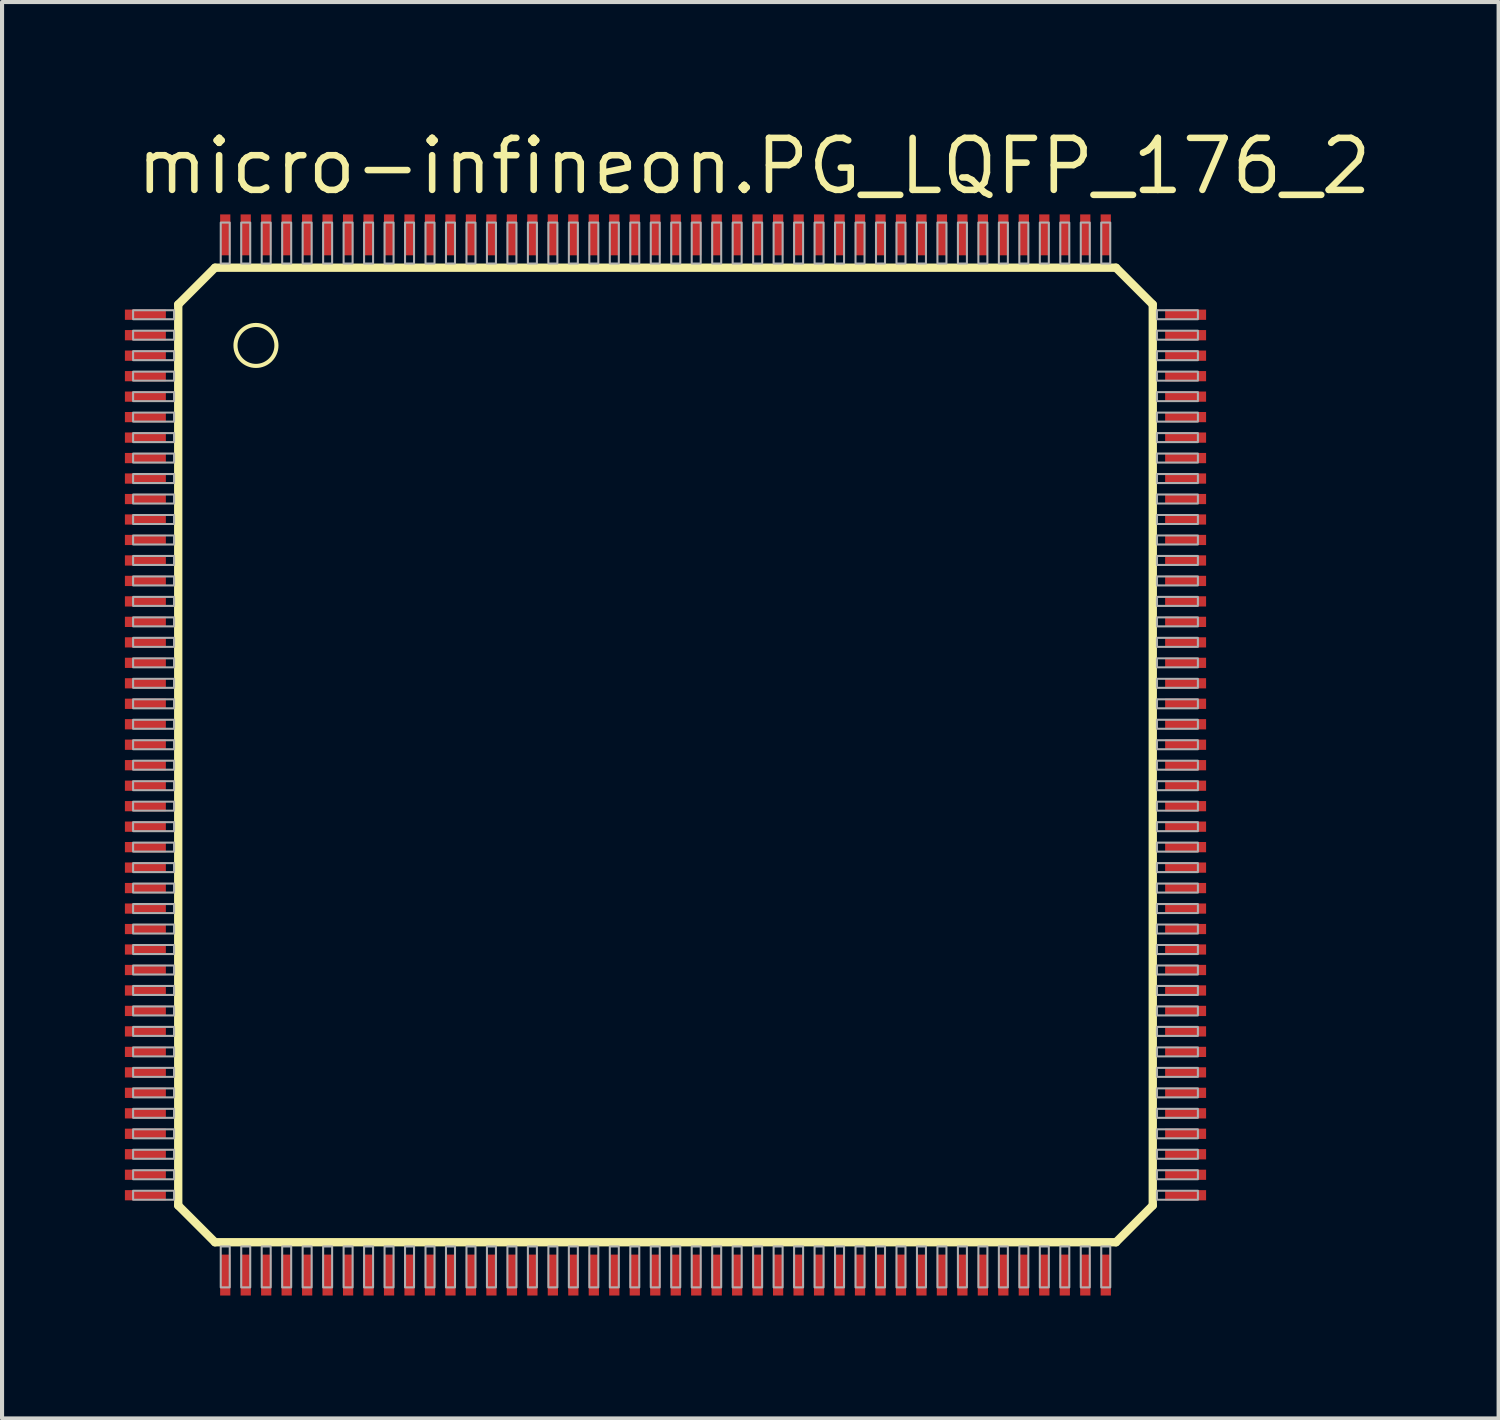
<source format=kicad_pcb>
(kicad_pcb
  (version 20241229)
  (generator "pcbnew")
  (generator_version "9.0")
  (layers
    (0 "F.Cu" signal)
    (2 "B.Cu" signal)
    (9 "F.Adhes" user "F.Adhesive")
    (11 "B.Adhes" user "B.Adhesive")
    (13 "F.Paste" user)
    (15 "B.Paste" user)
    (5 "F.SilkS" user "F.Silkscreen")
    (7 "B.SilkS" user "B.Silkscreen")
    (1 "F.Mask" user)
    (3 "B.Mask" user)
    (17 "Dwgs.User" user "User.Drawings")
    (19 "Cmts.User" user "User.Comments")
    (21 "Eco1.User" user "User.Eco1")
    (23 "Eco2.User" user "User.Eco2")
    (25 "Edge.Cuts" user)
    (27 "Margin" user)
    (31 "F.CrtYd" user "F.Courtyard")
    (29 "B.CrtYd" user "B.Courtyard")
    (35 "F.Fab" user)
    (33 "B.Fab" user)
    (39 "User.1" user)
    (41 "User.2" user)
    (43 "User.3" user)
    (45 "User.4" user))
  (footprint "micro-infineon.PG_LQFP_176_2"
    (layer "F.Cu")
    (at 13.2 15.385)
    (property "Reference" "micro-infineon.PG_LQFP_176_2" (at -13 -13.635 0) (layer "F.SilkS") (effects (font (size 1.27 1.27) (thickness 0.16)) (justify left bottom)))
    (attr smd)
    (fp_line (start -11.898 -11) (end -11.898 11) (stroke (width 0.203) (type default)) (layer "F.SilkS"))
    (fp_line (start -11.898 -11) (end -11 -11.898) (stroke (width 0.203) (type default)) (layer "F.SilkS"))
    (fp_line (start -11 11.898) (end -11.898 11) (stroke (width 0.203) (type default)) (layer "F.SilkS"))
    (fp_line (start -11 11.898) (end 11 11.898) (stroke (width 0.203) (type default)) (layer "F.SilkS"))
    (fp_line (start 11 -11.898) (end -11 -11.898) (stroke (width 0.203) (type default)) (layer "F.SilkS"))
    (fp_line (start 11 -11.898) (end 11.898 -11) (stroke (width 0.203) (type default)) (layer "F.SilkS"))
    (fp_line (start 11.898 11) (end 11 11.898) (stroke (width 0.203) (type default)) (layer "F.SilkS"))
    (fp_line (start 11.898 11) (end 11.898 -11) (stroke (width 0.203) (type default)) (layer "F.SilkS"))
    (fp_circle (center -10 -10) (end -9.5 -10) (stroke (width 0.1) (type default)) (fill no) (layer "F.SilkS"))
    (fp_rect (start -13 -10.64) (end -12 -10.86) (stroke (width 0.05) (type default)) (fill no) (layer "F.Fab"))
    (fp_rect (start -13 -10.14) (end -12 -10.36) (stroke (width 0.05) (type default)) (fill no) (layer "F.Fab"))
    (fp_rect (start -13 -9.64) (end -12 -9.86) (stroke (width 0.05) (type default)) (fill no) (layer "F.Fab"))
    (fp_rect (start -13 -9.14) (end -12 -9.36) (stroke (width 0.05) (type default)) (fill no) (layer "F.Fab"))
    (fp_rect (start -13 -8.64) (end -12 -8.86) (stroke (width 0.05) (type default)) (fill no) (layer "F.Fab"))
    (fp_rect (start -13 -8.14) (end -12 -8.36) (stroke (width 0.05) (type default)) (fill no) (layer "F.Fab"))
    (fp_rect (start -13 -7.64) (end -12 -7.86) (stroke (width 0.05) (type default)) (fill no) (layer "F.Fab"))
    (fp_rect (start -13 -7.14) (end -12 -7.36) (stroke (width 0.05) (type default)) (fill no) (layer "F.Fab"))
    (fp_rect (start -13 -6.64) (end -12 -6.86) (stroke (width 0.05) (type default)) (fill no) (layer "F.Fab"))
    (fp_rect (start -13 -6.14) (end -12 -6.36) (stroke (width 0.05) (type default)) (fill no) (layer "F.Fab"))
    (fp_rect (start -13 -5.64) (end -12 -5.86) (stroke (width 0.05) (type default)) (fill no) (layer "F.Fab"))
    (fp_rect (start -13 -5.14) (end -12 -5.36) (stroke (width 0.05) (type default)) (fill no) (layer "F.Fab"))
    (fp_rect (start -13 -4.64) (end -12 -4.86) (stroke (width 0.05) (type default)) (fill no) (layer "F.Fab"))
    (fp_rect (start -13 -4.14) (end -12 -4.36) (stroke (width 0.05) (type default)) (fill no) (layer "F.Fab"))
    (fp_rect (start -13 -3.64) (end -12 -3.86) (stroke (width 0.05) (type default)) (fill no) (layer "F.Fab"))
    (fp_rect (start -13 -3.14) (end -12 -3.36) (stroke (width 0.05) (type default)) (fill no) (layer "F.Fab"))
    (fp_rect (start -13 -2.64) (end -12 -2.86) (stroke (width 0.05) (type default)) (fill no) (layer "F.Fab"))
    (fp_rect (start -13 -2.14) (end -12 -2.36) (stroke (width 0.05) (type default)) (fill no) (layer "F.Fab"))
    (fp_rect (start -13 -1.64) (end -12 -1.86) (stroke (width 0.05) (type default)) (fill no) (layer "F.Fab"))
    (fp_rect (start -13 -1.14) (end -12 -1.36) (stroke (width 0.05) (type default)) (fill no) (layer "F.Fab"))
    (fp_rect (start -13 -0.64) (end -12 -0.86) (stroke (width 0.05) (type default)) (fill no) (layer "F.Fab"))
    (fp_rect (start -13 -0.14) (end -12 -0.36) (stroke (width 0.05) (type default)) (fill no) (layer "F.Fab"))
    (fp_rect (start -13 0.36) (end -12 0.14) (stroke (width 0.05) (type default)) (fill no) (layer "F.Fab"))
    (fp_rect (start -13 0.86) (end -12 0.64) (stroke (width 0.05) (type default)) (fill no) (layer "F.Fab"))
    (fp_rect (start -13 1.36) (end -12 1.14) (stroke (width 0.05) (type default)) (fill no) (layer "F.Fab"))
    (fp_rect (start -13 1.86) (end -12 1.64) (stroke (width 0.05) (type default)) (fill no) (layer "F.Fab"))
    (fp_rect (start -13 2.36) (end -12 2.14) (stroke (width 0.05) (type default)) (fill no) (layer "F.Fab"))
    (fp_rect (start -13 2.86) (end -12 2.64) (stroke (width 0.05) (type default)) (fill no) (layer "F.Fab"))
    (fp_rect (start -13 3.36) (end -12 3.14) (stroke (width 0.05) (type default)) (fill no) (layer "F.Fab"))
    (fp_rect (start -13 3.86) (end -12 3.64) (stroke (width 0.05) (type default)) (fill no) (layer "F.Fab"))
    (fp_rect (start -13 4.36) (end -12 4.14) (stroke (width 0.05) (type default)) (fill no) (layer "F.Fab"))
    (fp_rect (start -13 4.86) (end -12 4.64) (stroke (width 0.05) (type default)) (fill no) (layer "F.Fab"))
    (fp_rect (start -13 5.36) (end -12 5.14) (stroke (width 0.05) (type default)) (fill no) (layer "F.Fab"))
    (fp_rect (start -13 5.86) (end -12 5.64) (stroke (width 0.05) (type default)) (fill no) (layer "F.Fab"))
    (fp_rect (start -13 6.36) (end -12 6.14) (stroke (width 0.05) (type default)) (fill no) (layer "F.Fab"))
    (fp_rect (start -13 6.86) (end -12 6.64) (stroke (width 0.05) (type default)) (fill no) (layer "F.Fab"))
    (fp_rect (start -13 7.36) (end -12 7.14) (stroke (width 0.05) (type default)) (fill no) (layer "F.Fab"))
    (fp_rect (start -13 7.86) (end -12 7.64) (stroke (width 0.05) (type default)) (fill no) (layer "F.Fab"))
    (fp_rect (start -13 8.36) (end -12 8.14) (stroke (width 0.05) (type default)) (fill no) (layer "F.Fab"))
    (fp_rect (start -13 8.86) (end -12 8.64) (stroke (width 0.05) (type default)) (fill no) (layer "F.Fab"))
    (fp_rect (start -13 9.36) (end -12 9.14) (stroke (width 0.05) (type default)) (fill no) (layer "F.Fab"))
    (fp_rect (start -13 9.86) (end -12 9.64) (stroke (width 0.05) (type default)) (fill no) (layer "F.Fab"))
    (fp_rect (start -13 10.36) (end -12 10.14) (stroke (width 0.05) (type default)) (fill no) (layer "F.Fab"))
    (fp_rect (start -13 10.86) (end -12 10.64) (stroke (width 0.05) (type default)) (fill no) (layer "F.Fab"))
    (fp_rect (start -10.86 -12) (end -10.64 -13) (stroke (width 0.05) (type default)) (fill no) (layer "F.Fab"))
    (fp_rect (start -10.86 13) (end -10.64 12) (stroke (width 0.05) (type default)) (fill no) (layer "F.Fab"))
    (fp_rect (start -10.36 -12) (end -10.14 -13) (stroke (width 0.05) (type default)) (fill no) (layer "F.Fab"))
    (fp_rect (start -10.36 13) (end -10.14 12) (stroke (width 0.05) (type default)) (fill no) (layer "F.Fab"))
    (fp_rect (start -9.86 -12) (end -9.64 -13) (stroke (width 0.05) (type default)) (fill no) (layer "F.Fab"))
    (fp_rect (start -9.86 13) (end -9.64 12) (stroke (width 0.05) (type default)) (fill no) (layer "F.Fab"))
    (fp_rect (start -9.36 -12) (end -9.14 -13) (stroke (width 0.05) (type default)) (fill no) (layer "F.Fab"))
    (fp_rect (start -9.36 13) (end -9.14 12) (stroke (width 0.05) (type default)) (fill no) (layer "F.Fab"))
    (fp_rect (start -8.86 -12) (end -8.64 -13) (stroke (width 0.05) (type default)) (fill no) (layer "F.Fab"))
    (fp_rect (start -8.86 13) (end -8.64 12) (stroke (width 0.05) (type default)) (fill no) (layer "F.Fab"))
    (fp_rect (start -8.36 -12) (end -8.14 -13) (stroke (width 0.05) (type default)) (fill no) (layer "F.Fab"))
    (fp_rect (start -8.36 13) (end -8.14 12) (stroke (width 0.05) (type default)) (fill no) (layer "F.Fab"))
    (fp_rect (start -7.86 -12) (end -7.64 -13) (stroke (width 0.05) (type default)) (fill no) (layer "F.Fab"))
    (fp_rect (start -7.86 13) (end -7.64 12) (stroke (width 0.05) (type default)) (fill no) (layer "F.Fab"))
    (fp_rect (start -7.36 -12) (end -7.14 -13) (stroke (width 0.05) (type default)) (fill no) (layer "F.Fab"))
    (fp_rect (start -7.36 13) (end -7.14 12) (stroke (width 0.05) (type default)) (fill no) (layer "F.Fab"))
    (fp_rect (start -6.86 -12) (end -6.64 -13) (stroke (width 0.05) (type default)) (fill no) (layer "F.Fab"))
    (fp_rect (start -6.86 13) (end -6.64 12) (stroke (width 0.05) (type default)) (fill no) (layer "F.Fab"))
    (fp_rect (start -6.36 -12) (end -6.14 -13) (stroke (width 0.05) (type default)) (fill no) (layer "F.Fab"))
    (fp_rect (start -6.36 13) (end -6.14 12) (stroke (width 0.05) (type default)) (fill no) (layer "F.Fab"))
    (fp_rect (start -5.86 -12) (end -5.64 -13) (stroke (width 0.05) (type default)) (fill no) (layer "F.Fab"))
    (fp_rect (start -5.86 13) (end -5.64 12) (stroke (width 0.05) (type default)) (fill no) (layer "F.Fab"))
    (fp_rect (start -5.36 -12) (end -5.14 -13) (stroke (width 0.05) (type default)) (fill no) (layer "F.Fab"))
    (fp_rect (start -5.36 13) (end -5.14 12) (stroke (width 0.05) (type default)) (fill no) (layer "F.Fab"))
    (fp_rect (start -4.86 -12) (end -4.64 -13) (stroke (width 0.05) (type default)) (fill no) (layer "F.Fab"))
    (fp_rect (start -4.86 13) (end -4.64 12) (stroke (width 0.05) (type default)) (fill no) (layer "F.Fab"))
    (fp_rect (start -4.36 -12) (end -4.14 -13) (stroke (width 0.05) (type default)) (fill no) (layer "F.Fab"))
    (fp_rect (start -4.36 13) (end -4.14 12) (stroke (width 0.05) (type default)) (fill no) (layer "F.Fab"))
    (fp_rect (start -3.86 -12) (end -3.64 -13) (stroke (width 0.05) (type default)) (fill no) (layer "F.Fab"))
    (fp_rect (start -3.86 13) (end -3.64 12) (stroke (width 0.05) (type default)) (fill no) (layer "F.Fab"))
    (fp_rect (start -3.36 -12) (end -3.14 -13) (stroke (width 0.05) (type default)) (fill no) (layer "F.Fab"))
    (fp_rect (start -3.36 13) (end -3.14 12) (stroke (width 0.05) (type default)) (fill no) (layer "F.Fab"))
    (fp_rect (start -2.86 -12) (end -2.64 -13) (stroke (width 0.05) (type default)) (fill no) (layer "F.Fab"))
    (fp_rect (start -2.86 13) (end -2.64 12) (stroke (width 0.05) (type default)) (fill no) (layer "F.Fab"))
    (fp_rect (start -2.36 -12) (end -2.14 -13) (stroke (width 0.05) (type default)) (fill no) (layer "F.Fab"))
    (fp_rect (start -2.36 13) (end -2.14 12) (stroke (width 0.05) (type default)) (fill no) (layer "F.Fab"))
    (fp_rect (start -1.86 -12) (end -1.64 -13) (stroke (width 0.05) (type default)) (fill no) (layer "F.Fab"))
    (fp_rect (start -1.86 13) (end -1.64 12) (stroke (width 0.05) (type default)) (fill no) (layer "F.Fab"))
    (fp_rect (start -1.36 -12) (end -1.14 -13) (stroke (width 0.05) (type default)) (fill no) (layer "F.Fab"))
    (fp_rect (start -1.36 13) (end -1.14 12) (stroke (width 0.05) (type default)) (fill no) (layer "F.Fab"))
    (fp_rect (start -0.86 -12) (end -0.64 -13) (stroke (width 0.05) (type default)) (fill no) (layer "F.Fab"))
    (fp_rect (start -0.86 13) (end -0.64 12) (stroke (width 0.05) (type default)) (fill no) (layer "F.Fab"))
    (fp_rect (start -0.36 -12) (end -0.14 -13) (stroke (width 0.05) (type default)) (fill no) (layer "F.Fab"))
    (fp_rect (start -0.36 13) (end -0.14 12) (stroke (width 0.05) (type default)) (fill no) (layer "F.Fab"))
    (fp_rect (start 0.14 -12) (end 0.36 -13) (stroke (width 0.05) (type default)) (fill no) (layer "F.Fab"))
    (fp_rect (start 0.14 13) (end 0.36 12) (stroke (width 0.05) (type default)) (fill no) (layer "F.Fab"))
    (fp_rect (start 0.64 -12) (end 0.86 -13) (stroke (width 0.05) (type default)) (fill no) (layer "F.Fab"))
    (fp_rect (start 0.64 13) (end 0.86 12) (stroke (width 0.05) (type default)) (fill no) (layer "F.Fab"))
    (fp_rect (start 1.14 -12) (end 1.36 -13) (stroke (width 0.05) (type default)) (fill no) (layer "F.Fab"))
    (fp_rect (start 1.14 13) (end 1.36 12) (stroke (width 0.05) (type default)) (fill no) (layer "F.Fab"))
    (fp_rect (start 1.64 -12) (end 1.86 -13) (stroke (width 0.05) (type default)) (fill no) (layer "F.Fab"))
    (fp_rect (start 1.64 13) (end 1.86 12) (stroke (width 0.05) (type default)) (fill no) (layer "F.Fab"))
    (fp_rect (start 2.14 -12) (end 2.36 -13) (stroke (width 0.05) (type default)) (fill no) (layer "F.Fab"))
    (fp_rect (start 2.14 13) (end 2.36 12) (stroke (width 0.05) (type default)) (fill no) (layer "F.Fab"))
    (fp_rect (start 2.64 -12) (end 2.86 -13) (stroke (width 0.05) (type default)) (fill no) (layer "F.Fab"))
    (fp_rect (start 2.64 13) (end 2.86 12) (stroke (width 0.05) (type default)) (fill no) (layer "F.Fab"))
    (fp_rect (start 3.14 -12) (end 3.36 -13) (stroke (width 0.05) (type default)) (fill no) (layer "F.Fab"))
    (fp_rect (start 3.14 13) (end 3.36 12) (stroke (width 0.05) (type default)) (fill no) (layer "F.Fab"))
    (fp_rect (start 3.64 -12) (end 3.86 -13) (stroke (width 0.05) (type default)) (fill no) (layer "F.Fab"))
    (fp_rect (start 3.64 13) (end 3.86 12) (stroke (width 0.05) (type default)) (fill no) (layer "F.Fab"))
    (fp_rect (start 4.14 -12) (end 4.36 -13) (stroke (width 0.05) (type default)) (fill no) (layer "F.Fab"))
    (fp_rect (start 4.14 13) (end 4.36 12) (stroke (width 0.05) (type default)) (fill no) (layer "F.Fab"))
    (fp_rect (start 4.64 -12) (end 4.86 -13) (stroke (width 0.05) (type default)) (fill no) (layer "F.Fab"))
    (fp_rect (start 4.64 13) (end 4.86 12) (stroke (width 0.05) (type default)) (fill no) (layer "F.Fab"))
    (fp_rect (start 5.14 -12) (end 5.36 -13) (stroke (width 0.05) (type default)) (fill no) (layer "F.Fab"))
    (fp_rect (start 5.14 13) (end 5.36 12) (stroke (width 0.05) (type default)) (fill no) (layer "F.Fab"))
    (fp_rect (start 5.64 -12) (end 5.86 -13) (stroke (width 0.05) (type default)) (fill no) (layer "F.Fab"))
    (fp_rect (start 5.64 13) (end 5.86 12) (stroke (width 0.05) (type default)) (fill no) (layer "F.Fab"))
    (fp_rect (start 6.14 -12) (end 6.36 -13) (stroke (width 0.05) (type default)) (fill no) (layer "F.Fab"))
    (fp_rect (start 6.14 13) (end 6.36 12) (stroke (width 0.05) (type default)) (fill no) (layer "F.Fab"))
    (fp_rect (start 6.64 -12) (end 6.86 -13) (stroke (width 0.05) (type default)) (fill no) (layer "F.Fab"))
    (fp_rect (start 6.64 13) (end 6.86 12) (stroke (width 0.05) (type default)) (fill no) (layer "F.Fab"))
    (fp_rect (start 7.14 -12) (end 7.36 -13) (stroke (width 0.05) (type default)) (fill no) (layer "F.Fab"))
    (fp_rect (start 7.14 13) (end 7.36 12) (stroke (width 0.05) (type default)) (fill no) (layer "F.Fab"))
    (fp_rect (start 7.64 -12) (end 7.86 -13) (stroke (width 0.05) (type default)) (fill no) (layer "F.Fab"))
    (fp_rect (start 7.64 13) (end 7.86 12) (stroke (width 0.05) (type default)) (fill no) (layer "F.Fab"))
    (fp_rect (start 8.14 -12) (end 8.36 -13) (stroke (width 0.05) (type default)) (fill no) (layer "F.Fab"))
    (fp_rect (start 8.14 13) (end 8.36 12) (stroke (width 0.05) (type default)) (fill no) (layer "F.Fab"))
    (fp_rect (start 8.64 -12) (end 8.86 -13) (stroke (width 0.05) (type default)) (fill no) (layer "F.Fab"))
    (fp_rect (start 8.64 13) (end 8.86 12) (stroke (width 0.05) (type default)) (fill no) (layer "F.Fab"))
    (fp_rect (start 9.14 -12) (end 9.36 -13) (stroke (width 0.05) (type default)) (fill no) (layer "F.Fab"))
    (fp_rect (start 9.14 13) (end 9.36 12) (stroke (width 0.05) (type default)) (fill no) (layer "F.Fab"))
    (fp_rect (start 9.64 -12) (end 9.86 -13) (stroke (width 0.05) (type default)) (fill no) (layer "F.Fab"))
    (fp_rect (start 9.64 13) (end 9.86 12) (stroke (width 0.05) (type default)) (fill no) (layer "F.Fab"))
    (fp_rect (start 10.14 -12) (end 10.36 -13) (stroke (width 0.05) (type default)) (fill no) (layer "F.Fab"))
    (fp_rect (start 10.14 13) (end 10.36 12) (stroke (width 0.05) (type default)) (fill no) (layer "F.Fab"))
    (fp_rect (start 10.64 -12) (end 10.86 -13) (stroke (width 0.05) (type default)) (fill no) (layer "F.Fab"))
    (fp_rect (start 10.64 13) (end 10.86 12) (stroke (width 0.05) (type default)) (fill no) (layer "F.Fab"))
    (fp_rect (start 12 -10.64) (end 13 -10.86) (stroke (width 0.05) (type default)) (fill no) (layer "F.Fab"))
    (fp_rect (start 12 -10.14) (end 13 -10.36) (stroke (width 0.05) (type default)) (fill no) (layer "F.Fab"))
    (fp_rect (start 12 -9.64) (end 13 -9.86) (stroke (width 0.05) (type default)) (fill no) (layer "F.Fab"))
    (fp_rect (start 12 -9.14) (end 13 -9.36) (stroke (width 0.05) (type default)) (fill no) (layer "F.Fab"))
    (fp_rect (start 12 -8.64) (end 13 -8.86) (stroke (width 0.05) (type default)) (fill no) (layer "F.Fab"))
    (fp_rect (start 12 -8.14) (end 13 -8.36) (stroke (width 0.05) (type default)) (fill no) (layer "F.Fab"))
    (fp_rect (start 12 -7.64) (end 13 -7.86) (stroke (width 0.05) (type default)) (fill no) (layer "F.Fab"))
    (fp_rect (start 12 -7.14) (end 13 -7.36) (stroke (width 0.05) (type default)) (fill no) (layer "F.Fab"))
    (fp_rect (start 12 -6.64) (end 13 -6.86) (stroke (width 0.05) (type default)) (fill no) (layer "F.Fab"))
    (fp_rect (start 12 -6.14) (end 13 -6.36) (stroke (width 0.05) (type default)) (fill no) (layer "F.Fab"))
    (fp_rect (start 12 -5.64) (end 13 -5.86) (stroke (width 0.05) (type default)) (fill no) (layer "F.Fab"))
    (fp_rect (start 12 -5.14) (end 13 -5.36) (stroke (width 0.05) (type default)) (fill no) (layer "F.Fab"))
    (fp_rect (start 12 -4.64) (end 13 -4.86) (stroke (width 0.05) (type default)) (fill no) (layer "F.Fab"))
    (fp_rect (start 12 -4.14) (end 13 -4.36) (stroke (width 0.05) (type default)) (fill no) (layer "F.Fab"))
    (fp_rect (start 12 -3.64) (end 13 -3.86) (stroke (width 0.05) (type default)) (fill no) (layer "F.Fab"))
    (fp_rect (start 12 -3.14) (end 13 -3.36) (stroke (width 0.05) (type default)) (fill no) (layer "F.Fab"))
    (fp_rect (start 12 -2.64) (end 13 -2.86) (stroke (width 0.05) (type default)) (fill no) (layer "F.Fab"))
    (fp_rect (start 12 -2.14) (end 13 -2.36) (stroke (width 0.05) (type default)) (fill no) (layer "F.Fab"))
    (fp_rect (start 12 -1.64) (end 13 -1.86) (stroke (width 0.05) (type default)) (fill no) (layer "F.Fab"))
    (fp_rect (start 12 -1.14) (end 13 -1.36) (stroke (width 0.05) (type default)) (fill no) (layer "F.Fab"))
    (fp_rect (start 12 -0.64) (end 13 -0.86) (stroke (width 0.05) (type default)) (fill no) (layer "F.Fab"))
    (fp_rect (start 12 -0.14) (end 13 -0.36) (stroke (width 0.05) (type default)) (fill no) (layer "F.Fab"))
    (fp_rect (start 12 0.36) (end 13 0.14) (stroke (width 0.05) (type default)) (fill no) (layer "F.Fab"))
    (fp_rect (start 12 0.86) (end 13 0.64) (stroke (width 0.05) (type default)) (fill no) (layer "F.Fab"))
    (fp_rect (start 12 1.36) (end 13 1.14) (stroke (width 0.05) (type default)) (fill no) (layer "F.Fab"))
    (fp_rect (start 12 1.86) (end 13 1.64) (stroke (width 0.05) (type default)) (fill no) (layer "F.Fab"))
    (fp_rect (start 12 2.36) (end 13 2.14) (stroke (width 0.05) (type default)) (fill no) (layer "F.Fab"))
    (fp_rect (start 12 2.86) (end 13 2.64) (stroke (width 0.05) (type default)) (fill no) (layer "F.Fab"))
    (fp_rect (start 12 3.36) (end 13 3.14) (stroke (width 0.05) (type default)) (fill no) (layer "F.Fab"))
    (fp_rect (start 12 3.86) (end 13 3.64) (stroke (width 0.05) (type default)) (fill no) (layer "F.Fab"))
    (fp_rect (start 12 4.36) (end 13 4.14) (stroke (width 0.05) (type default)) (fill no) (layer "F.Fab"))
    (fp_rect (start 12 4.86) (end 13 4.64) (stroke (width 0.05) (type default)) (fill no) (layer "F.Fab"))
    (fp_rect (start 12 5.36) (end 13 5.14) (stroke (width 0.05) (type default)) (fill no) (layer "F.Fab"))
    (fp_rect (start 12 5.86) (end 13 5.64) (stroke (width 0.05) (type default)) (fill no) (layer "F.Fab"))
    (fp_rect (start 12 6.36) (end 13 6.14) (stroke (width 0.05) (type default)) (fill no) (layer "F.Fab"))
    (fp_rect (start 12 6.86) (end 13 6.64) (stroke (width 0.05) (type default)) (fill no) (layer "F.Fab"))
    (fp_rect (start 12 7.36) (end 13 7.14) (stroke (width 0.05) (type default)) (fill no) (layer "F.Fab"))
    (fp_rect (start 12 7.86) (end 13 7.64) (stroke (width 0.05) (type default)) (fill no) (layer "F.Fab"))
    (fp_rect (start 12 8.36) (end 13 8.14) (stroke (width 0.05) (type default)) (fill no) (layer "F.Fab"))
    (fp_rect (start 12 8.86) (end 13 8.64) (stroke (width 0.05) (type default)) (fill no) (layer "F.Fab"))
    (fp_rect (start 12 9.36) (end 13 9.14) (stroke (width 0.05) (type default)) (fill no) (layer "F.Fab"))
    (fp_rect (start 12 9.86) (end 13 9.64) (stroke (width 0.05) (type default)) (fill no) (layer "F.Fab"))
    (fp_rect (start 12 10.36) (end 13 10.14) (stroke (width 0.05) (type default)) (fill no) (layer "F.Fab"))
    (fp_rect (start 12 10.86) (end 13 10.64) (stroke (width 0.05) (type default)) (fill no) (layer "F.Fab"))
    (pad "1" smd roundrect (at -12.7 -10.75) (size 1 0.25) (layers "F.Cu" "F.Mask" "F.Paste") (roundrect_rratio 0.01))
    (pad "2" smd roundrect (at -12.7 -10.25) (size 1 0.25) (layers "F.Cu" "F.Mask" "F.Paste") (roundrect_rratio 0.01))
    (pad "3" smd roundrect (at -12.7 -9.75) (size 1 0.25) (layers "F.Cu" "F.Mask" "F.Paste") (roundrect_rratio 0.01))
    (pad "4" smd roundrect (at -12.7 -9.25) (size 1 0.25) (layers "F.Cu" "F.Mask" "F.Paste") (roundrect_rratio 0.01))
    (pad "5" smd roundrect (at -12.7 -8.75) (size 1 0.25) (layers "F.Cu" "F.Mask" "F.Paste") (roundrect_rratio 0.01))
    (pad "6" smd roundrect (at -12.7 -8.25) (size 1 0.25) (layers "F.Cu" "F.Mask" "F.Paste") (roundrect_rratio 0.01))
    (pad "7" smd roundrect (at -12.7 -7.75) (size 1 0.25) (layers "F.Cu" "F.Mask" "F.Paste") (roundrect_rratio 0.01))
    (pad "8" smd roundrect (at -12.7 -7.25) (size 1 0.25) (layers "F.Cu" "F.Mask" "F.Paste") (roundrect_rratio 0.01))
    (pad "9" smd roundrect (at -12.7 -6.75) (size 1 0.25) (layers "F.Cu" "F.Mask" "F.Paste") (roundrect_rratio 0.01))
    (pad "10" smd roundrect (at -12.7 -6.25) (size 1 0.25) (layers "F.Cu" "F.Mask" "F.Paste") (roundrect_rratio 0.01))
    (pad "11" smd roundrect (at -12.7 -5.75) (size 1 0.25) (layers "F.Cu" "F.Mask" "F.Paste") (roundrect_rratio 0.01))
    (pad "12" smd roundrect (at -12.7 -5.25) (size 1 0.25) (layers "F.Cu" "F.Mask" "F.Paste") (roundrect_rratio 0.01))
    (pad "13" smd roundrect (at -12.7 -4.75) (size 1 0.25) (layers "F.Cu" "F.Mask" "F.Paste") (roundrect_rratio 0.01))
    (pad "14" smd roundrect (at -12.7 -4.25) (size 1 0.25) (layers "F.Cu" "F.Mask" "F.Paste") (roundrect_rratio 0.01))
    (pad "15" smd roundrect (at -12.7 -3.75) (size 1 0.25) (layers "F.Cu" "F.Mask" "F.Paste") (roundrect_rratio 0.01))
    (pad "16" smd roundrect (at -12.7 -3.25) (size 1 0.25) (layers "F.Cu" "F.Mask" "F.Paste") (roundrect_rratio 0.01))
    (pad "17" smd roundrect (at -12.7 -2.75) (size 1 0.25) (layers "F.Cu" "F.Mask" "F.Paste") (roundrect_rratio 0.01))
    (pad "18" smd roundrect (at -12.7 -2.25) (size 1 0.25) (layers "F.Cu" "F.Mask" "F.Paste") (roundrect_rratio 0.01))
    (pad "19" smd roundrect (at -12.7 -1.75) (size 1 0.25) (layers "F.Cu" "F.Mask" "F.Paste") (roundrect_rratio 0.01))
    (pad "20" smd roundrect (at -12.7 -1.25) (size 1 0.25) (layers "F.Cu" "F.Mask" "F.Paste") (roundrect_rratio 0.01))
    (pad "21" smd roundrect (at -12.7 -0.75) (size 1 0.25) (layers "F.Cu" "F.Mask" "F.Paste") (roundrect_rratio 0.01))
    (pad "22" smd roundrect (at -12.7 -0.25) (size 1 0.25) (layers "F.Cu" "F.Mask" "F.Paste") (roundrect_rratio 0.01))
    (pad "23" smd roundrect (at -12.7 0.25) (size 1 0.25) (layers "F.Cu" "F.Mask" "F.Paste") (roundrect_rratio 0.01))
    (pad "24" smd roundrect (at -12.7 0.75) (size 1 0.25) (layers "F.Cu" "F.Mask" "F.Paste") (roundrect_rratio 0.01))
    (pad "25" smd roundrect (at -12.7 1.25) (size 1 0.25) (layers "F.Cu" "F.Mask" "F.Paste") (roundrect_rratio 0.01))
    (pad "26" smd roundrect (at -12.7 1.75) (size 1 0.25) (layers "F.Cu" "F.Mask" "F.Paste") (roundrect_rratio 0.01))
    (pad "27" smd roundrect (at -12.7 2.25) (size 1 0.25) (layers "F.Cu" "F.Mask" "F.Paste") (roundrect_rratio 0.01))
    (pad "28" smd roundrect (at -12.7 2.75) (size 1 0.25) (layers "F.Cu" "F.Mask" "F.Paste") (roundrect_rratio 0.01))
    (pad "29" smd roundrect (at -12.7 3.25) (size 1 0.25) (layers "F.Cu" "F.Mask" "F.Paste") (roundrect_rratio 0.01))
    (pad "30" smd roundrect (at -12.7 3.75) (size 1 0.25) (layers "F.Cu" "F.Mask" "F.Paste") (roundrect_rratio 0.01))
    (pad "31" smd roundrect (at -12.7 4.25) (size 1 0.25) (layers "F.Cu" "F.Mask" "F.Paste") (roundrect_rratio 0.01))
    (pad "32" smd roundrect (at -12.7 4.75) (size 1 0.25) (layers "F.Cu" "F.Mask" "F.Paste") (roundrect_rratio 0.01))
    (pad "33" smd roundrect (at -12.7 5.25) (size 1 0.25) (layers "F.Cu" "F.Mask" "F.Paste") (roundrect_rratio 0.01))
    (pad "34" smd roundrect (at -12.7 5.75) (size 1 0.25) (layers "F.Cu" "F.Mask" "F.Paste") (roundrect_rratio 0.01))
    (pad "35" smd roundrect (at -12.7 6.25) (size 1 0.25) (layers "F.Cu" "F.Mask" "F.Paste") (roundrect_rratio 0.01))
    (pad "36" smd roundrect (at -12.7 6.75) (size 1 0.25) (layers "F.Cu" "F.Mask" "F.Paste") (roundrect_rratio 0.01))
    (pad "37" smd roundrect (at -12.7 7.25) (size 1 0.25) (layers "F.Cu" "F.Mask" "F.Paste") (roundrect_rratio 0.01))
    (pad "38" smd roundrect (at -12.7 7.75) (size 1 0.25) (layers "F.Cu" "F.Mask" "F.Paste") (roundrect_rratio 0.01))
    (pad "39" smd roundrect (at -12.7 8.25) (size 1 0.25) (layers "F.Cu" "F.Mask" "F.Paste") (roundrect_rratio 0.01))
    (pad "40" smd roundrect (at -12.7 8.75) (size 1 0.25) (layers "F.Cu" "F.Mask" "F.Paste") (roundrect_rratio 0.01))
    (pad "41" smd roundrect (at -12.7 9.25) (size 1 0.25) (layers "F.Cu" "F.Mask" "F.Paste") (roundrect_rratio 0.01))
    (pad "42" smd roundrect (at -12.7 9.75) (size 1 0.25) (layers "F.Cu" "F.Mask" "F.Paste") (roundrect_rratio 0.01))
    (pad "43" smd roundrect (at -12.7 10.25) (size 1 0.25) (layers "F.Cu" "F.Mask" "F.Paste") (roundrect_rratio 0.01))
    (pad "44" smd roundrect (at -12.7 10.75) (size 1 0.25) (layers "F.Cu" "F.Mask" "F.Paste") (roundrect_rratio 0.01))
    (pad "45" smd roundrect (at -10.75 12.7) (size 0.25 1) (layers "F.Cu" "F.Mask" "F.Paste") (roundrect_rratio 0.01))
    (pad "46" smd roundrect (at -10.25 12.7) (size 0.25 1) (layers "F.Cu" "F.Mask" "F.Paste") (roundrect_rratio 0.01))
    (pad "47" smd roundrect (at -9.75 12.7) (size 0.25 1) (layers "F.Cu" "F.Mask" "F.Paste") (roundrect_rratio 0.01))
    (pad "48" smd roundrect (at -9.25 12.7) (size 0.25 1) (layers "F.Cu" "F.Mask" "F.Paste") (roundrect_rratio 0.01))
    (pad "49" smd roundrect (at -8.75 12.7) (size 0.25 1) (layers "F.Cu" "F.Mask" "F.Paste") (roundrect_rratio 0.01))
    (pad "50" smd roundrect (at -8.25 12.7) (size 0.25 1) (layers "F.Cu" "F.Mask" "F.Paste") (roundrect_rratio 0.01))
    (pad "51" smd roundrect (at -7.75 12.7) (size 0.25 1) (layers "F.Cu" "F.Mask" "F.Paste") (roundrect_rratio 0.01))
    (pad "52" smd roundrect (at -7.25 12.7) (size 0.25 1) (layers "F.Cu" "F.Mask" "F.Paste") (roundrect_rratio 0.01))
    (pad "53" smd roundrect (at -6.75 12.7) (size 0.25 1) (layers "F.Cu" "F.Mask" "F.Paste") (roundrect_rratio 0.01))
    (pad "54" smd roundrect (at -6.25 12.7) (size 0.25 1) (layers "F.Cu" "F.Mask" "F.Paste") (roundrect_rratio 0.01))
    (pad "55" smd roundrect (at -5.75 12.7) (size 0.25 1) (layers "F.Cu" "F.Mask" "F.Paste") (roundrect_rratio 0.01))
    (pad "56" smd roundrect (at -5.25 12.7) (size 0.25 1) (layers "F.Cu" "F.Mask" "F.Paste") (roundrect_rratio 0.01))
    (pad "57" smd roundrect (at -4.75 12.7) (size 0.25 1) (layers "F.Cu" "F.Mask" "F.Paste") (roundrect_rratio 0.01))
    (pad "58" smd roundrect (at -4.25 12.7) (size 0.25 1) (layers "F.Cu" "F.Mask" "F.Paste") (roundrect_rratio 0.01))
    (pad "59" smd roundrect (at -3.75 12.7) (size 0.25 1) (layers "F.Cu" "F.Mask" "F.Paste") (roundrect_rratio 0.01))
    (pad "60" smd roundrect (at -3.25 12.7) (size 0.25 1) (layers "F.Cu" "F.Mask" "F.Paste") (roundrect_rratio 0.01))
    (pad "61" smd roundrect (at -2.75 12.7) (size 0.25 1) (layers "F.Cu" "F.Mask" "F.Paste") (roundrect_rratio 0.01))
    (pad "62" smd roundrect (at -2.25 12.7) (size 0.25 1) (layers "F.Cu" "F.Mask" "F.Paste") (roundrect_rratio 0.01))
    (pad "63" smd roundrect (at -1.75 12.7) (size 0.25 1) (layers "F.Cu" "F.Mask" "F.Paste") (roundrect_rratio 0.01))
    (pad "64" smd roundrect (at -1.25 12.7) (size 0.25 1) (layers "F.Cu" "F.Mask" "F.Paste") (roundrect_rratio 0.01))
    (pad "65" smd roundrect (at -0.75 12.7) (size 0.25 1) (layers "F.Cu" "F.Mask" "F.Paste") (roundrect_rratio 0.01))
    (pad "66" smd roundrect (at -0.25 12.7) (size 0.25 1) (layers "F.Cu" "F.Mask" "F.Paste") (roundrect_rratio 0.01))
    (pad "67" smd roundrect (at 0.25 12.7) (size 0.25 1) (layers "F.Cu" "F.Mask" "F.Paste") (roundrect_rratio 0.01))
    (pad "68" smd roundrect (at 0.75 12.7) (size 0.25 1) (layers "F.Cu" "F.Mask" "F.Paste") (roundrect_rratio 0.01))
    (pad "69" smd roundrect (at 1.25 12.7) (size 0.25 1) (layers "F.Cu" "F.Mask" "F.Paste") (roundrect_rratio 0.01))
    (pad "70" smd roundrect (at 1.75 12.7) (size 0.25 1) (layers "F.Cu" "F.Mask" "F.Paste") (roundrect_rratio 0.01))
    (pad "71" smd roundrect (at 2.25 12.7) (size 0.25 1) (layers "F.Cu" "F.Mask" "F.Paste") (roundrect_rratio 0.01))
    (pad "72" smd roundrect (at 2.75 12.7) (size 0.25 1) (layers "F.Cu" "F.Mask" "F.Paste") (roundrect_rratio 0.01))
    (pad "73" smd roundrect (at 3.25 12.7) (size 0.25 1) (layers "F.Cu" "F.Mask" "F.Paste") (roundrect_rratio 0.01))
    (pad "74" smd roundrect (at 3.75 12.7) (size 0.25 1) (layers "F.Cu" "F.Mask" "F.Paste") (roundrect_rratio 0.01))
    (pad "75" smd roundrect (at 4.25 12.7) (size 0.25 1) (layers "F.Cu" "F.Mask" "F.Paste") (roundrect_rratio 0.01))
    (pad "76" smd roundrect (at 4.75 12.7) (size 0.25 1) (layers "F.Cu" "F.Mask" "F.Paste") (roundrect_rratio 0.01))
    (pad "77" smd roundrect (at 5.25 12.7) (size 0.25 1) (layers "F.Cu" "F.Mask" "F.Paste") (roundrect_rratio 0.01))
    (pad "78" smd roundrect (at 5.75 12.7) (size 0.25 1) (layers "F.Cu" "F.Mask" "F.Paste") (roundrect_rratio 0.01))
    (pad "79" smd roundrect (at 6.25 12.7) (size 0.25 1) (layers "F.Cu" "F.Mask" "F.Paste") (roundrect_rratio 0.01))
    (pad "80" smd roundrect (at 6.75 12.7) (size 0.25 1) (layers "F.Cu" "F.Mask" "F.Paste") (roundrect_rratio 0.01))
    (pad "81" smd roundrect (at 7.25 12.7) (size 0.25 1) (layers "F.Cu" "F.Mask" "F.Paste") (roundrect_rratio 0.01))
    (pad "82" smd roundrect (at 7.75 12.7) (size 0.25 1) (layers "F.Cu" "F.Mask" "F.Paste") (roundrect_rratio 0.01))
    (pad "83" smd roundrect (at 8.25 12.7) (size 0.25 1) (layers "F.Cu" "F.Mask" "F.Paste") (roundrect_rratio 0.01))
    (pad "84" smd roundrect (at 8.75 12.7) (size 0.25 1) (layers "F.Cu" "F.Mask" "F.Paste") (roundrect_rratio 0.01))
    (pad "85" smd roundrect (at 9.25 12.7) (size 0.25 1) (layers "F.Cu" "F.Mask" "F.Paste") (roundrect_rratio 0.01))
    (pad "86" smd roundrect (at 9.75 12.7) (size 0.25 1) (layers "F.Cu" "F.Mask" "F.Paste") (roundrect_rratio 0.01))
    (pad "87" smd roundrect (at 10.25 12.7) (size 0.25 1) (layers "F.Cu" "F.Mask" "F.Paste") (roundrect_rratio 0.01))
    (pad "88" smd roundrect (at 10.75 12.7) (size 0.25 1) (layers "F.Cu" "F.Mask" "F.Paste") (roundrect_rratio 0.01))
    (pad "89" smd roundrect (at 12.7 10.75) (size 1 0.25) (layers "F.Cu" "F.Mask" "F.Paste") (roundrect_rratio 0.01))
    (pad "90" smd roundrect (at 12.7 10.25) (size 1 0.25) (layers "F.Cu" "F.Mask" "F.Paste") (roundrect_rratio 0.01))
    (pad "91" smd roundrect (at 12.7 9.75) (size 1 0.25) (layers "F.Cu" "F.Mask" "F.Paste") (roundrect_rratio 0.01))
    (pad "92" smd roundrect (at 12.7 9.25) (size 1 0.25) (layers "F.Cu" "F.Mask" "F.Paste") (roundrect_rratio 0.01))
    (pad "93" smd roundrect (at 12.7 8.75) (size 1 0.25) (layers "F.Cu" "F.Mask" "F.Paste") (roundrect_rratio 0.01))
    (pad "94" smd roundrect (at 12.7 8.25) (size 1 0.25) (layers "F.Cu" "F.Mask" "F.Paste") (roundrect_rratio 0.01))
    (pad "95" smd roundrect (at 12.7 7.75) (size 1 0.25) (layers "F.Cu" "F.Mask" "F.Paste") (roundrect_rratio 0.01))
    (pad "96" smd roundrect (at 12.7 7.25) (size 1 0.25) (layers "F.Cu" "F.Mask" "F.Paste") (roundrect_rratio 0.01))
    (pad "97" smd roundrect (at 12.7 6.75) (size 1 0.25) (layers "F.Cu" "F.Mask" "F.Paste") (roundrect_rratio 0.01))
    (pad "98" smd roundrect (at 12.7 6.25) (size 1 0.25) (layers "F.Cu" "F.Mask" "F.Paste") (roundrect_rratio 0.01))
    (pad "99" smd roundrect (at 12.7 5.75) (size 1 0.25) (layers "F.Cu" "F.Mask" "F.Paste") (roundrect_rratio 0.01))
    (pad "100" smd roundrect (at 12.7 5.25) (size 1 0.25) (layers "F.Cu" "F.Mask" "F.Paste") (roundrect_rratio 0.01))
    (pad "101" smd roundrect (at 12.7 4.75) (size 1 0.25) (layers "F.Cu" "F.Mask" "F.Paste") (roundrect_rratio 0.01))
    (pad "102" smd roundrect (at 12.7 4.25) (size 1 0.25) (layers "F.Cu" "F.Mask" "F.Paste") (roundrect_rratio 0.01))
    (pad "103" smd roundrect (at 12.7 3.75) (size 1 0.25) (layers "F.Cu" "F.Mask" "F.Paste") (roundrect_rratio 0.01))
    (pad "104" smd roundrect (at 12.7 3.25) (size 1 0.25) (layers "F.Cu" "F.Mask" "F.Paste") (roundrect_rratio 0.01))
    (pad "105" smd roundrect (at 12.7 2.75) (size 1 0.25) (layers "F.Cu" "F.Mask" "F.Paste") (roundrect_rratio 0.01))
    (pad "106" smd roundrect (at 12.7 2.25) (size 1 0.25) (layers "F.Cu" "F.Mask" "F.Paste") (roundrect_rratio 0.01))
    (pad "107" smd roundrect (at 12.7 1.75) (size 1 0.25) (layers "F.Cu" "F.Mask" "F.Paste") (roundrect_rratio 0.01))
    (pad "108" smd roundrect (at 12.7 1.25) (size 1 0.25) (layers "F.Cu" "F.Mask" "F.Paste") (roundrect_rratio 0.01))
    (pad "109" smd roundrect (at 12.7 0.75) (size 1 0.25) (layers "F.Cu" "F.Mask" "F.Paste") (roundrect_rratio 0.01))
    (pad "110" smd roundrect (at 12.7 0.25) (size 1 0.25) (layers "F.Cu" "F.Mask" "F.Paste") (roundrect_rratio 0.01))
    (pad "111" smd roundrect (at 12.7 -0.25) (size 1 0.25) (layers "F.Cu" "F.Mask" "F.Paste") (roundrect_rratio 0.01))
    (pad "112" smd roundrect (at 12.7 -0.75) (size 1 0.25) (layers "F.Cu" "F.Mask" "F.Paste") (roundrect_rratio 0.01))
    (pad "113" smd roundrect (at 12.7 -1.25) (size 1 0.25) (layers "F.Cu" "F.Mask" "F.Paste") (roundrect_rratio 0.01))
    (pad "114" smd roundrect (at 12.7 -1.75) (size 1 0.25) (layers "F.Cu" "F.Mask" "F.Paste") (roundrect_rratio 0.01))
    (pad "115" smd roundrect (at 12.7 -2.25) (size 1 0.25) (layers "F.Cu" "F.Mask" "F.Paste") (roundrect_rratio 0.01))
    (pad "116" smd roundrect (at 12.7 -2.75) (size 1 0.25) (layers "F.Cu" "F.Mask" "F.Paste") (roundrect_rratio 0.01))
    (pad "117" smd roundrect (at 12.7 -3.25) (size 1 0.25) (layers "F.Cu" "F.Mask" "F.Paste") (roundrect_rratio 0.01))
    (pad "118" smd roundrect (at 12.7 -3.75) (size 1 0.25) (layers "F.Cu" "F.Mask" "F.Paste") (roundrect_rratio 0.01))
    (pad "119" smd roundrect (at 12.7 -4.25) (size 1 0.25) (layers "F.Cu" "F.Mask" "F.Paste") (roundrect_rratio 0.01))
    (pad "120" smd roundrect (at 12.7 -4.75) (size 1 0.25) (layers "F.Cu" "F.Mask" "F.Paste") (roundrect_rratio 0.01))
    (pad "121" smd roundrect (at 12.7 -5.25) (size 1 0.25) (layers "F.Cu" "F.Mask" "F.Paste") (roundrect_rratio 0.01))
    (pad "122" smd roundrect (at 12.7 -5.75) (size 1 0.25) (layers "F.Cu" "F.Mask" "F.Paste") (roundrect_rratio 0.01))
    (pad "123" smd roundrect (at 12.7 -6.25) (size 1 0.25) (layers "F.Cu" "F.Mask" "F.Paste") (roundrect_rratio 0.01))
    (pad "124" smd roundrect (at 12.7 -6.75) (size 1 0.25) (layers "F.Cu" "F.Mask" "F.Paste") (roundrect_rratio 0.01))
    (pad "125" smd roundrect (at 12.7 -7.25) (size 1 0.25) (layers "F.Cu" "F.Mask" "F.Paste") (roundrect_rratio 0.01))
    (pad "126" smd roundrect (at 12.7 -7.75) (size 1 0.25) (layers "F.Cu" "F.Mask" "F.Paste") (roundrect_rratio 0.01))
    (pad "127" smd roundrect (at 12.7 -8.25) (size 1 0.25) (layers "F.Cu" "F.Mask" "F.Paste") (roundrect_rratio 0.01))
    (pad "128" smd roundrect (at 12.7 -8.75) (size 1 0.25) (layers "F.Cu" "F.Mask" "F.Paste") (roundrect_rratio 0.01))
    (pad "129" smd roundrect (at 12.7 -9.25) (size 1 0.25) (layers "F.Cu" "F.Mask" "F.Paste") (roundrect_rratio 0.01))
    (pad "130" smd roundrect (at 12.7 -9.75) (size 1 0.25) (layers "F.Cu" "F.Mask" "F.Paste") (roundrect_rratio 0.01))
    (pad "131" smd roundrect (at 12.7 -10.25) (size 1 0.25) (layers "F.Cu" "F.Mask" "F.Paste") (roundrect_rratio 0.01))
    (pad "132" smd roundrect (at 12.7 -10.75) (size 1 0.25) (layers "F.Cu" "F.Mask" "F.Paste") (roundrect_rratio 0.01))
    (pad "133" smd roundrect (at 10.75 -12.7) (size 0.25 1) (layers "F.Cu" "F.Mask" "F.Paste") (roundrect_rratio 0.01))
    (pad "134" smd roundrect (at 10.25 -12.7) (size 0.25 1) (layers "F.Cu" "F.Mask" "F.Paste") (roundrect_rratio 0.01))
    (pad "135" smd roundrect (at 9.75 -12.7) (size 0.25 1) (layers "F.Cu" "F.Mask" "F.Paste") (roundrect_rratio 0.01))
    (pad "136" smd roundrect (at 9.25 -12.7) (size 0.25 1) (layers "F.Cu" "F.Mask" "F.Paste") (roundrect_rratio 0.01))
    (pad "137" smd roundrect (at 8.75 -12.7) (size 0.25 1) (layers "F.Cu" "F.Mask" "F.Paste") (roundrect_rratio 0.01))
    (pad "138" smd roundrect (at 8.25 -12.7) (size 0.25 1) (layers "F.Cu" "F.Mask" "F.Paste") (roundrect_rratio 0.01))
    (pad "139" smd roundrect (at 7.75 -12.7) (size 0.25 1) (layers "F.Cu" "F.Mask" "F.Paste") (roundrect_rratio 0.01))
    (pad "140" smd roundrect (at 7.25 -12.7) (size 0.25 1) (layers "F.Cu" "F.Mask" "F.Paste") (roundrect_rratio 0.01))
    (pad "141" smd roundrect (at 6.75 -12.7) (size 0.25 1) (layers "F.Cu" "F.Mask" "F.Paste") (roundrect_rratio 0.01))
    (pad "142" smd roundrect (at 6.25 -12.7) (size 0.25 1) (layers "F.Cu" "F.Mask" "F.Paste") (roundrect_rratio 0.01))
    (pad "143" smd roundrect (at 5.75 -12.7) (size 0.25 1) (layers "F.Cu" "F.Mask" "F.Paste") (roundrect_rratio 0.01))
    (pad "144" smd roundrect (at 5.25 -12.7) (size 0.25 1) (layers "F.Cu" "F.Mask" "F.Paste") (roundrect_rratio 0.01))
    (pad "145" smd roundrect (at 4.75 -12.7) (size 0.25 1) (layers "F.Cu" "F.Mask" "F.Paste") (roundrect_rratio 0.01))
    (pad "146" smd roundrect (at 4.25 -12.7) (size 0.25 1) (layers "F.Cu" "F.Mask" "F.Paste") (roundrect_rratio 0.01))
    (pad "147" smd roundrect (at 3.75 -12.7) (size 0.25 1) (layers "F.Cu" "F.Mask" "F.Paste") (roundrect_rratio 0.01))
    (pad "148" smd roundrect (at 3.25 -12.7) (size 0.25 1) (layers "F.Cu" "F.Mask" "F.Paste") (roundrect_rratio 0.01))
    (pad "149" smd roundrect (at 2.75 -12.7) (size 0.25 1) (layers "F.Cu" "F.Mask" "F.Paste") (roundrect_rratio 0.01))
    (pad "150" smd roundrect (at 2.25 -12.7) (size 0.25 1) (layers "F.Cu" "F.Mask" "F.Paste") (roundrect_rratio 0.01))
    (pad "151" smd roundrect (at 1.75 -12.7) (size 0.25 1) (layers "F.Cu" "F.Mask" "F.Paste") (roundrect_rratio 0.01))
    (pad "152" smd roundrect (at 1.25 -12.7) (size 0.25 1) (layers "F.Cu" "F.Mask" "F.Paste") (roundrect_rratio 0.01))
    (pad "153" smd roundrect (at 0.75 -12.7) (size 0.25 1) (layers "F.Cu" "F.Mask" "F.Paste") (roundrect_rratio 0.01))
    (pad "154" smd roundrect (at 0.25 -12.7) (size 0.25 1) (layers "F.Cu" "F.Mask" "F.Paste") (roundrect_rratio 0.01))
    (pad "155" smd roundrect (at -0.25 -12.7) (size 0.25 1) (layers "F.Cu" "F.Mask" "F.Paste") (roundrect_rratio 0.01))
    (pad "156" smd roundrect (at -0.75 -12.7) (size 0.25 1) (layers "F.Cu" "F.Mask" "F.Paste") (roundrect_rratio 0.01))
    (pad "157" smd roundrect (at -1.25 -12.7) (size 0.25 1) (layers "F.Cu" "F.Mask" "F.Paste") (roundrect_rratio 0.01))
    (pad "158" smd roundrect (at -1.75 -12.7) (size 0.25 1) (layers "F.Cu" "F.Mask" "F.Paste") (roundrect_rratio 0.01))
    (pad "159" smd roundrect (at -2.25 -12.7) (size 0.25 1) (layers "F.Cu" "F.Mask" "F.Paste") (roundrect_rratio 0.01))
    (pad "160" smd roundrect (at -2.75 -12.7) (size 0.25 1) (layers "F.Cu" "F.Mask" "F.Paste") (roundrect_rratio 0.01))
    (pad "161" smd roundrect (at -3.25 -12.7) (size 0.25 1) (layers "F.Cu" "F.Mask" "F.Paste") (roundrect_rratio 0.01))
    (pad "162" smd roundrect (at -3.75 -12.7) (size 0.25 1) (layers "F.Cu" "F.Mask" "F.Paste") (roundrect_rratio 0.01))
    (pad "163" smd roundrect (at -4.25 -12.7) (size 0.25 1) (layers "F.Cu" "F.Mask" "F.Paste") (roundrect_rratio 0.01))
    (pad "164" smd roundrect (at -4.75 -12.7) (size 0.25 1) (layers "F.Cu" "F.Mask" "F.Paste") (roundrect_rratio 0.01))
    (pad "165" smd roundrect (at -5.25 -12.7) (size 0.25 1) (layers "F.Cu" "F.Mask" "F.Paste") (roundrect_rratio 0.01))
    (pad "166" smd roundrect (at -5.75 -12.7) (size 0.25 1) (layers "F.Cu" "F.Mask" "F.Paste") (roundrect_rratio 0.01))
    (pad "167" smd roundrect (at -6.25 -12.7) (size 0.25 1) (layers "F.Cu" "F.Mask" "F.Paste") (roundrect_rratio 0.01))
    (pad "168" smd roundrect (at -6.75 -12.7) (size 0.25 1) (layers "F.Cu" "F.Mask" "F.Paste") (roundrect_rratio 0.01))
    (pad "169" smd roundrect (at -7.25 -12.7) (size 0.25 1) (layers "F.Cu" "F.Mask" "F.Paste") (roundrect_rratio 0.01))
    (pad "170" smd roundrect (at -7.75 -12.7) (size 0.25 1) (layers "F.Cu" "F.Mask" "F.Paste") (roundrect_rratio 0.01))
    (pad "171" smd roundrect (at -8.25 -12.7) (size 0.25 1) (layers "F.Cu" "F.Mask" "F.Paste") (roundrect_rratio 0.01))
    (pad "172" smd roundrect (at -8.75 -12.7) (size 0.25 1) (layers "F.Cu" "F.Mask" "F.Paste") (roundrect_rratio 0.01))
    (pad "173" smd roundrect (at -9.25 -12.7) (size 0.25 1) (layers "F.Cu" "F.Mask" "F.Paste") (roundrect_rratio 0.01))
    (pad "174" smd roundrect (at -9.75 -12.7) (size 0.25 1) (layers "F.Cu" "F.Mask" "F.Paste") (roundrect_rratio 0.01))
    (pad "175" smd roundrect (at -10.25 -12.7) (size 0.25 1) (layers "F.Cu" "F.Mask" "F.Paste") (roundrect_rratio 0.01))
    (pad "176" smd roundrect (at -10.75 -12.7) (size 0.25 1) (layers "F.Cu" "F.Mask" "F.Paste") (roundrect_rratio 0.01)))
  (gr_rect
    (start -3 -3)
    (end 33.543 31.585)
    (stroke (width 0.1) (type default))
    (fill no)
    (layer "Edge.Cuts")))
</source>
